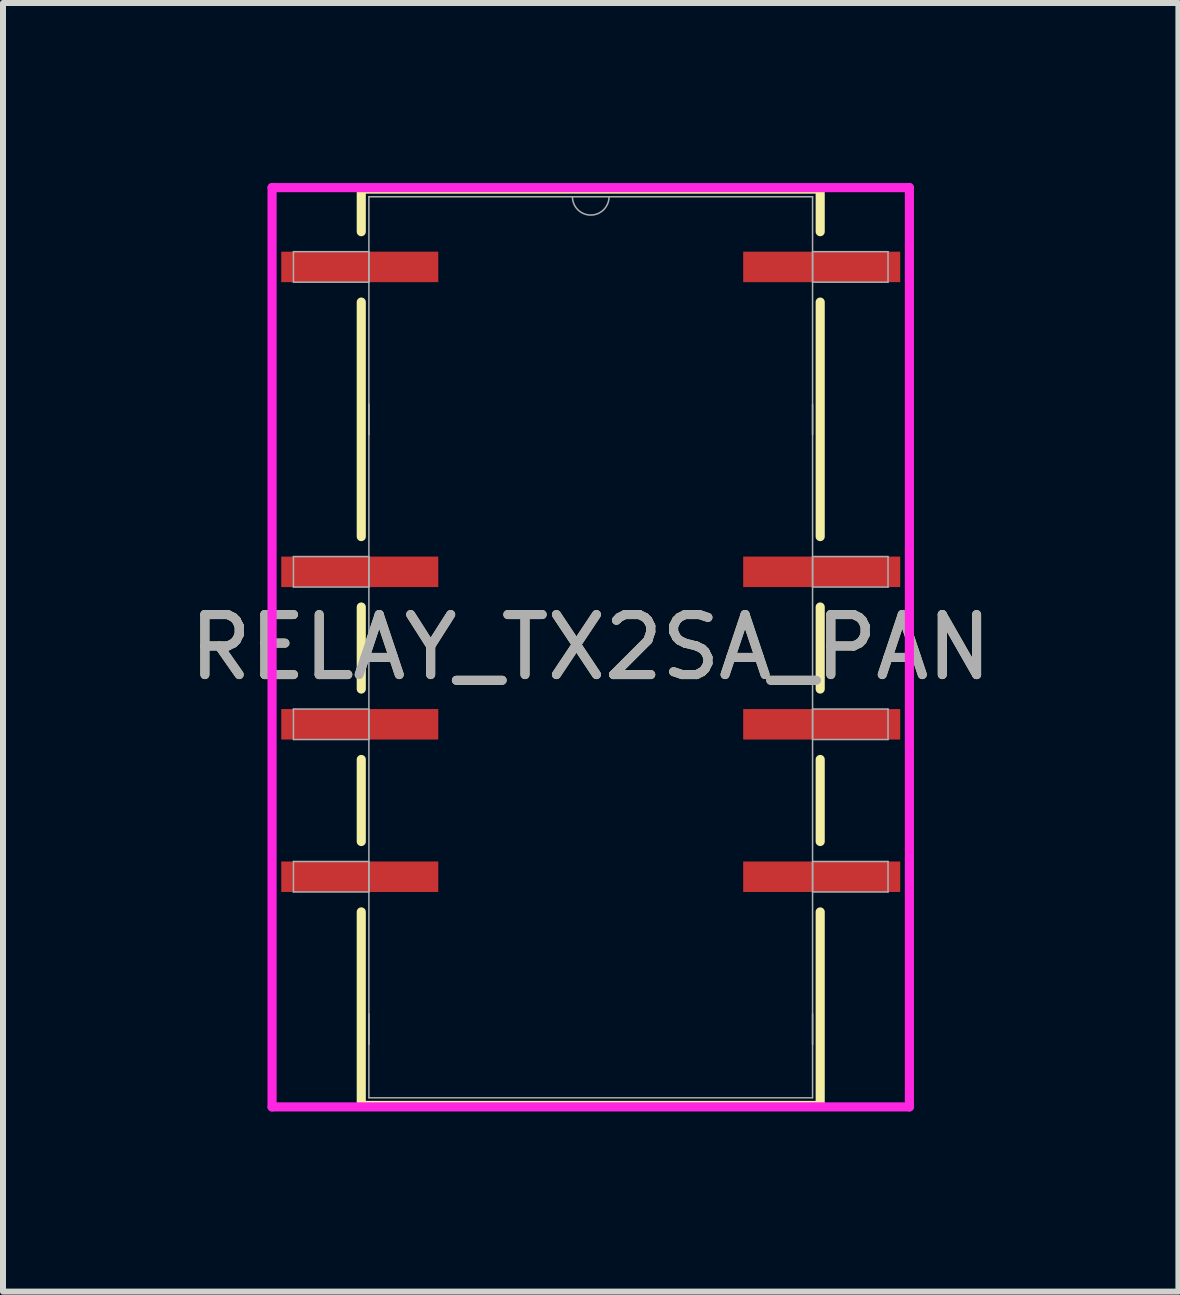
<source format=kicad_pcb>
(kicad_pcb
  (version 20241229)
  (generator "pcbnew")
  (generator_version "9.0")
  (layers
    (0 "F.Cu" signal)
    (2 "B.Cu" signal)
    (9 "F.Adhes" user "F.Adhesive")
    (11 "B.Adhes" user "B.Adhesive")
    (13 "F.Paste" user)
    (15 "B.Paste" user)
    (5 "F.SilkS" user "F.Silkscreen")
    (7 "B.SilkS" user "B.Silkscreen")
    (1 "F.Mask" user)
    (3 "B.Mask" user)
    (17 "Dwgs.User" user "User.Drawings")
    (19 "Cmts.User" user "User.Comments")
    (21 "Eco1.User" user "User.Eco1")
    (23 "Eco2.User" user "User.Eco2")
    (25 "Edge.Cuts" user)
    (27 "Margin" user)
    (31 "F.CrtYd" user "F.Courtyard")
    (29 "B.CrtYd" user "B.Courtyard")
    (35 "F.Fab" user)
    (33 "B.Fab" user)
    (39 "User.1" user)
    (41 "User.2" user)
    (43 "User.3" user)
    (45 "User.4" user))
  (footprint "RELAY_TX2SA_PAN"
    (layer "F.Cu")
    (at 6.792 7.734)
    (property "Reference" "RELAY_TX2SA_PAN" (at 0 0 0) (unlocked yes) (layer "F.SilkS") (effects (font (size 1 1) (thickness 0.15))))
    (attr smd)
    (fp_line (start -3.823 -7.633) (end -3.823 -6.924) (stroke (width 0.152) (type solid)) (layer "F.SilkS"))
    (fp_line (start -3.823 -5.751) (end -3.823 -1.844) (stroke (width 0.152) (type solid)) (layer "F.SilkS"))
    (fp_line (start -3.823 -0.671) (end -3.823 0.696) (stroke (width 0.152) (type solid)) (layer "F.SilkS"))
    (fp_line (start -3.823 1.869) (end -3.823 3.236) (stroke (width 0.152) (type solid)) (layer "F.SilkS"))
    (fp_line (start -3.823 4.409) (end -3.823 7.633) (stroke (width 0.152) (type solid)) (layer "F.SilkS"))
    (fp_line (start -3.823 7.633) (end 3.823 7.633) (stroke (width 0.152) (type solid)) (layer "F.SilkS"))
    (fp_line (start 3.823 -7.633) (end -3.823 -7.633) (stroke (width 0.152) (type solid)) (layer "F.SilkS"))
    (fp_line (start 3.823 -6.924) (end 3.823 -7.633) (stroke (width 0.152) (type solid)) (layer "F.SilkS"))
    (fp_line (start 3.823 -1.844) (end 3.823 -5.751) (stroke (width 0.152) (type solid)) (layer "F.SilkS"))
    (fp_line (start 3.823 0.696) (end 3.823 -0.671) (stroke (width 0.152) (type solid)) (layer "F.SilkS"))
    (fp_line (start 3.823 3.236) (end 3.823 1.869) (stroke (width 0.152) (type solid)) (layer "F.SilkS"))
    (fp_line (start 3.823 7.633) (end 3.823 4.409) (stroke (width 0.152) (type solid)) (layer "F.SilkS"))
    (fp_line (start -5.309 -7.658) (end 5.309 -7.658) (stroke (width 0.152) (type solid)) (layer "F.CrtYd"))
    (fp_line (start -5.309 7.658) (end -5.309 -7.658) (stroke (width 0.152) (type solid)) (layer "F.CrtYd"))
    (fp_line (start 5.309 -7.658) (end 5.309 7.658) (stroke (width 0.152) (type solid)) (layer "F.CrtYd"))
    (fp_line (start 5.309 7.658) (end -5.309 7.658) (stroke (width 0.152) (type solid)) (layer "F.CrtYd"))
    (fp_line (start -4.953 -6.591) (end -4.953 -6.083) (stroke (width 0.025) (type solid)) (layer "F.Fab"))
    (fp_line (start -4.953 -6.083) (end -3.696 -6.083) (stroke (width 0.025) (type solid)) (layer "F.Fab"))
    (fp_line (start -4.953 -1.511) (end -4.953 -1.003) (stroke (width 0.025) (type solid)) (layer "F.Fab"))
    (fp_line (start -4.953 -1.003) (end -3.696 -1.003) (stroke (width 0.025) (type solid)) (layer "F.Fab"))
    (fp_line (start -4.953 1.029) (end -4.953 1.537) (stroke (width 0.025) (type solid)) (layer "F.Fab"))
    (fp_line (start -4.953 1.537) (end -3.696 1.537) (stroke (width 0.025) (type solid)) (layer "F.Fab"))
    (fp_line (start -4.953 3.569) (end -4.953 4.077) (stroke (width 0.025) (type solid)) (layer "F.Fab"))
    (fp_line (start -4.953 4.077) (end -3.696 4.077) (stroke (width 0.025) (type solid)) (layer "F.Fab"))
    (fp_line (start -3.696 -7.506) (end -3.696 7.506) (stroke (width 0.025) (type solid)) (layer "F.Fab"))
    (fp_line (start -3.696 -6.591) (end -4.953 -6.591) (stroke (width 0.025) (type solid)) (layer "F.Fab"))
    (fp_line (start -3.696 -6.083) (end -3.696 -6.591) (stroke (width 0.025) (type solid)) (layer "F.Fab"))
    (fp_line (start -3.696 -3.543) (end -3.696 -4.051) (stroke (width 0.025) (type solid)) (layer "F.Fab"))
    (fp_line (start -3.696 -1.511) (end -4.953 -1.511) (stroke (width 0.025) (type solid)) (layer "F.Fab"))
    (fp_line (start -3.696 -1.003) (end -3.696 -1.511) (stroke (width 0.025) (type solid)) (layer "F.Fab"))
    (fp_line (start -3.696 1.029) (end -4.953 1.029) (stroke (width 0.025) (type solid)) (layer "F.Fab"))
    (fp_line (start -3.696 1.537) (end -3.696 1.029) (stroke (width 0.025) (type solid)) (layer "F.Fab"))
    (fp_line (start -3.696 3.569) (end -4.953 3.569) (stroke (width 0.025) (type solid)) (layer "F.Fab"))
    (fp_line (start -3.696 4.077) (end -3.696 3.569) (stroke (width 0.025) (type solid)) (layer "F.Fab"))
    (fp_line (start -3.696 6.617) (end -3.696 6.109) (stroke (width 0.025) (type solid)) (layer "F.Fab"))
    (fp_line (start -3.696 7.506) (end 3.696 7.506) (stroke (width 0.025) (type solid)) (layer "F.Fab"))
    (fp_line (start 3.696 -7.506) (end -3.696 -7.506) (stroke (width 0.025) (type solid)) (layer "F.Fab"))
    (fp_line (start 3.696 -6.591) (end 3.696 -6.083) (stroke (width 0.025) (type solid)) (layer "F.Fab"))
    (fp_line (start 3.696 -6.083) (end 4.953 -6.083) (stroke (width 0.025) (type solid)) (layer "F.Fab"))
    (fp_line (start 3.696 -4.051) (end 3.696 -3.543) (stroke (width 0.025) (type solid)) (layer "F.Fab"))
    (fp_line (start 3.696 -1.511) (end 3.696 -1.003) (stroke (width 0.025) (type solid)) (layer "F.Fab"))
    (fp_line (start 3.696 -1.003) (end 4.953 -1.003) (stroke (width 0.025) (type solid)) (layer "F.Fab"))
    (fp_line (start 3.696 1.029) (end 3.696 1.537) (stroke (width 0.025) (type solid)) (layer "F.Fab"))
    (fp_line (start 3.696 1.537) (end 4.953 1.537) (stroke (width 0.025) (type solid)) (layer "F.Fab"))
    (fp_line (start 3.696 3.569) (end 3.696 4.077) (stroke (width 0.025) (type solid)) (layer "F.Fab"))
    (fp_line (start 3.696 4.077) (end 4.953 4.077) (stroke (width 0.025) (type solid)) (layer "F.Fab"))
    (fp_line (start 3.696 6.109) (end 3.696 6.617) (stroke (width 0.025) (type solid)) (layer "F.Fab"))
    (fp_line (start 3.696 7.506) (end 3.696 -7.506) (stroke (width 0.025) (type solid)) (layer "F.Fab"))
    (fp_line (start 4.953 -6.591) (end 3.696 -6.591) (stroke (width 0.025) (type solid)) (layer "F.Fab"))
    (fp_line (start 4.953 -6.083) (end 4.953 -6.591) (stroke (width 0.025) (type solid)) (layer "F.Fab"))
    (fp_line (start 4.953 -1.511) (end 3.696 -1.511) (stroke (width 0.025) (type solid)) (layer "F.Fab"))
    (fp_line (start 4.953 -1.003) (end 4.953 -1.511) (stroke (width 0.025) (type solid)) (layer "F.Fab"))
    (fp_line (start 4.953 1.029) (end 3.696 1.029) (stroke (width 0.025) (type solid)) (layer "F.Fab"))
    (fp_line (start 4.953 1.537) (end 4.953 1.029) (stroke (width 0.025) (type solid)) (layer "F.Fab"))
    (fp_line (start 4.953 3.569) (end 3.696 3.569) (stroke (width 0.025) (type solid)) (layer "F.Fab"))
    (fp_line (start 4.953 4.077) (end 4.953 3.569) (stroke (width 0.025) (type solid)) (layer "F.Fab"))
    (fp_arc (start 0.3048 -7.5057) (mid 0 -7.2009) (end -0.3048 -7.5057) (stroke (width 0.0254) (type solid)) (layer "F.Fab"))
    (fp_text user "${REFERENCE}" (at 0 0 0) (unlocked yes) (layer "F.Fab") (effects (font (size 1 1) (thickness 0.15))))
    (pad "1" smd rect (at -3.848 -6.337) (size 2.616 0.508) (layers "F.Cu" "F.Mask" "F.Paste"))
    (pad "3" smd rect (at -3.848 -1.257) (size 2.616 0.508) (layers "F.Cu" "F.Mask" "F.Paste"))
    (pad "4" smd rect (at -3.848 1.283) (size 2.616 0.508) (layers "F.Cu" "F.Mask" "F.Paste"))
    (pad "5" smd rect (at -3.848 3.823) (size 2.616 0.508) (layers "F.Cu" "F.Mask" "F.Paste"))
    (pad "8" smd rect (at 3.848 3.823) (size 2.616 0.508) (layers "F.Cu" "F.Mask" "F.Paste"))
    (pad "9" smd rect (at 3.848 1.283) (size 2.616 0.508) (layers "F.Cu" "F.Mask" "F.Paste"))
    (pad "10" smd rect (at 3.848 -1.257) (size 2.616 0.508) (layers "F.Cu" "F.Mask" "F.Paste"))
    (pad "12" smd rect (at 3.848 -6.337) (size 2.616 0.508) (layers "F.Cu" "F.Mask" "F.Paste")))
  (gr_rect
    (start -3 -3)
    (end 16.583 18.469)
    (stroke (width 0.1) (type default))
    (fill no)
    (layer "Edge.Cuts")))
</source>
